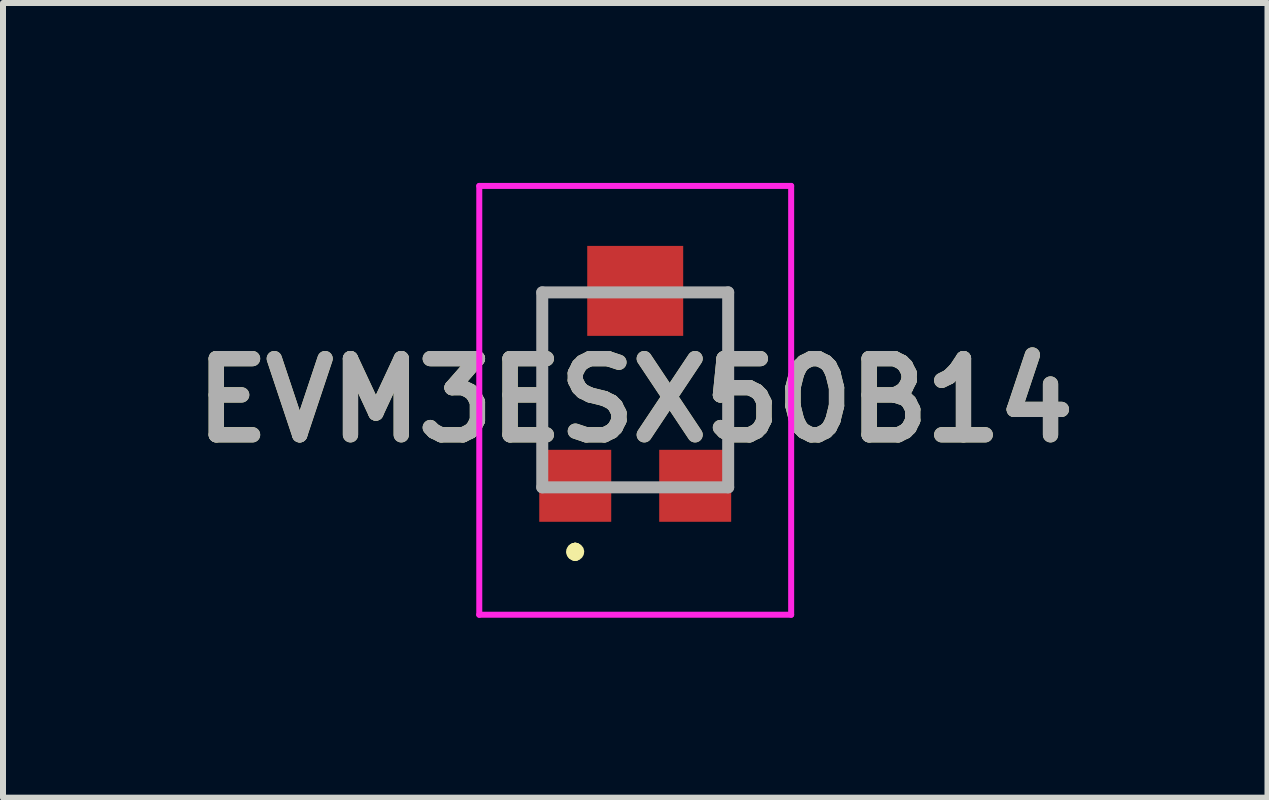
<source format=kicad_pcb>
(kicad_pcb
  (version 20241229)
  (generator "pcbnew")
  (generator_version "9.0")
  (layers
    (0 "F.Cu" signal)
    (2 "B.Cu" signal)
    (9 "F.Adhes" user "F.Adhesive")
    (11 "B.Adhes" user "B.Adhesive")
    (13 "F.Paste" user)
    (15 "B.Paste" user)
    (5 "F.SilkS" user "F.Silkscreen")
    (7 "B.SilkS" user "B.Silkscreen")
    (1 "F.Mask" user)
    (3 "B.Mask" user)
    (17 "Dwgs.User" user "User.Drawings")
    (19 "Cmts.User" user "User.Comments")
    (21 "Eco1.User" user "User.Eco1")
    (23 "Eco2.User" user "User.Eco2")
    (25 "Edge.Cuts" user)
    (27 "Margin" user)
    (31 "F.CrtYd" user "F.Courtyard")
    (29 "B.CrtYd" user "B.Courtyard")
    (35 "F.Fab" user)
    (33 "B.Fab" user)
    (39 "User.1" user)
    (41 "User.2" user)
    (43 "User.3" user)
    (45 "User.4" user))
  (footprint "EVM3ESX50B14"
    (layer "F.Cu")
    (at 7.541 3.45)
    (property "Reference" "EVM3ESX50B14" (at 0 0.175 0) (layer "F.SilkS") (effects (font (size 1.27 1.27) (thickness 0.254))))
    (attr smd)
    (fp_line (start -1.55 -1.625) (end -1.55 -1.625) (stroke (width 0.1) (type solid)) (layer "F.SilkS"))
    (fp_line (start -1.55 -1.625) (end -1.55 0.35) (stroke (width 0.1) (type solid)) (layer "F.SilkS"))
    (fp_line (start -1.55 0.35) (end -1.55 -1.625) (stroke (width 0.1) (type solid)) (layer "F.SilkS"))
    (fp_line (start -1.55 0.35) (end -1.55 0.35) (stroke (width 0.1) (type solid)) (layer "F.SilkS"))
    (fp_line (start -1 2.65) (end -1 2.65) (stroke (width 0.2) (type solid)) (layer "F.SilkS"))
    (fp_line (start -1 2.65) (end -1 2.65) (stroke (width 0.2) (type solid)) (layer "F.SilkS"))
    (fp_line (start -1 2.75) (end -1 2.75) (stroke (width 0.2) (type solid)) (layer "F.SilkS"))
    (fp_line (start 1.55 -1.625) (end 1.55 -1.625) (stroke (width 0.1) (type solid)) (layer "F.SilkS"))
    (fp_line (start 1.55 -1.625) (end 1.55 0.35) (stroke (width 0.1) (type solid)) (layer "F.SilkS"))
    (fp_line (start 1.55 0.35) (end 1.55 -1.625) (stroke (width 0.1) (type solid)) (layer "F.SilkS"))
    (fp_line (start 1.55 0.35) (end 1.55 0.35) (stroke (width 0.1) (type solid)) (layer "F.SilkS"))
    (fp_arc (start -1 2.65) (mid -0.95 2.7) (end -1 2.75) (stroke (width 0.2) (type solid)) (layer "F.SilkS"))
    (fp_arc (start -1 2.75) (mid -1.05 2.7) (end -1 2.65) (stroke (width 0.2) (type solid)) (layer "F.SilkS"))
    (fp_arc (start -1 2.75) (mid -1.05 2.7) (end -1 2.65) (stroke (width 0.2) (type solid)) (layer "F.SilkS"))
    (fp_line (start -2.6 -3.4) (end 2.6 -3.4) (stroke (width 0.1) (type solid)) (layer "F.CrtYd"))
    (fp_line (start -2.6 3.75) (end -2.6 -3.4) (stroke (width 0.1) (type solid)) (layer "F.CrtYd"))
    (fp_line (start 2.6 -3.4) (end 2.6 3.75) (stroke (width 0.1) (type solid)) (layer "F.CrtYd"))
    (fp_line (start 2.6 3.75) (end -2.6 3.75) (stroke (width 0.1) (type solid)) (layer "F.CrtYd"))
    (fp_line (start -1.55 -1.625) (end -1.55 1.625) (stroke (width 0.2) (type solid)) (layer "F.Fab"))
    (fp_line (start -1.55 1.625) (end 1.55 1.625) (stroke (width 0.2) (type solid)) (layer "F.Fab"))
    (fp_line (start 1.55 -1.625) (end -1.55 -1.625) (stroke (width 0.2) (type solid)) (layer "F.Fab"))
    (fp_line (start 1.55 1.625) (end 1.55 -1.625) (stroke (width 0.2) (type solid)) (layer "F.Fab"))
    (fp_text user "${REFERENCE}" (at 0 0.175 0) (layer "F.Fab") (effects (font (size 1.27 1.27) (thickness 0.254))))
    (pad "A1" smd rect (at -1 1.6 90) (size 1.2 1.2) (layers "F.Cu" "F.Mask" "F.Paste"))
    (pad "B1" smd rect (at 0 -1.65 90) (size 1.5 1.6) (layers "F.Cu" "F.Mask" "F.Paste"))
    (pad "C1" smd rect (at 1 1.6 90) (size 1.2 1.2) (layers "F.Cu" "F.Mask" "F.Paste")))
  (gr_rect
    (start -3 -3)
    (end 18.083 10.25)
    (stroke (width 0.1) (type default))
    (fill no)
    (layer "Edge.Cuts")))
</source>
